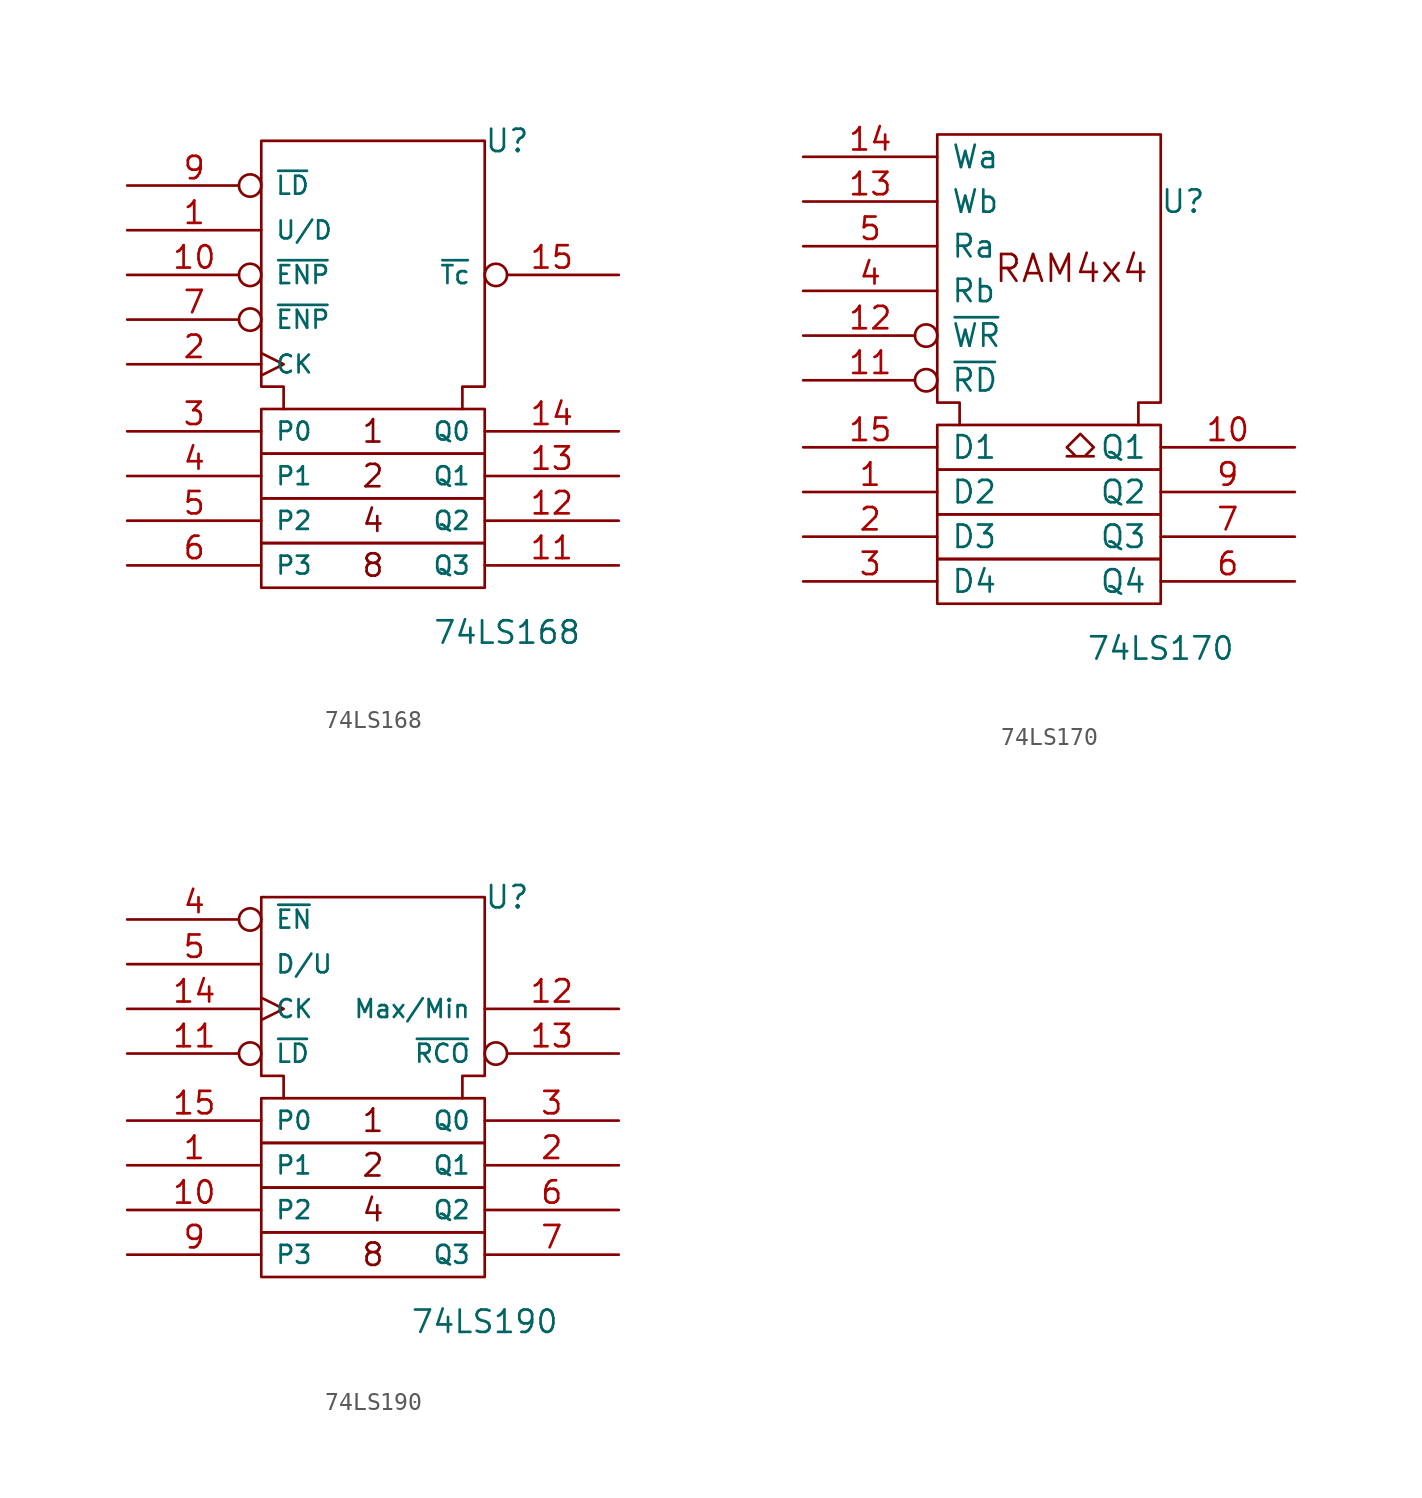
<source format=kicad_sym>
(kicad_symbol_lib
  (version 20201005)
  (generator kicad_symbol_editor)
  (symbol "74xx_IEEE:74LS168"
    (pin_names
      (offset 0.762))
    (property "Reference" "U"
      (at 7.62 13.97 0)
      (effects (font (size 1.27 1.27))))
    (property "Value" "74LS168"
      (at 7.62 -13.97 0)
      (effects (font (size 1.27 1.27))))
    (symbol "74LS168_0_0"
      (text "1" (at 0 -2.54 0) (effects (font (size 1.27 1.27))))
      (text "2" (at 0 -5.08 0) (effects (font (size 1.27 1.27))))
      (text "4" (at 0 -7.62 0) (effects (font (size 1.27 1.27))))
      (text "8" (at 0 -10.16 0) (effects (font (size 1.27 1.27))))
      (rectangle (start -6.35 -8.89) (end 6.35 -11.43) (stroke (width 0)) (fill (type none)))
      (rectangle (start -6.35 -6.35) (end 6.35 -8.89) (stroke (width 0)) (fill (type none)))
      (rectangle (start -6.35 -3.81) (end 6.35 -6.35) (stroke (width 0)) (fill (type none)))
      (rectangle (start -6.35 -1.27) (end 6.35 -3.81) (stroke (width 0)) (fill (type none)))
      (polyline (pts (xy -5.08 -1.27) (xy -5.08 0) (xy -6.35 0) (xy -6.35 13.97) (xy 6.35 13.97) (xy 6.35 0) (xy 5.08 0) (xy 5.08 -1.27) (xy 5.08 -1.27)) (stroke (width 0)) (fill (type none)))
      (pin power_in line (at 3.81 13.97 270) (length 0) hide (name "VCC" (effects (font (size 1.016 1.016)))) (number "16" (effects (font (size 1.27 1.27)))))
      (pin power_in line (at 1.27 13.97 270) (length 0) hide (name "GND" (effects (font (size 1.016 1.016)))) (number "8" (effects (font (size 1.27 1.27))))))
    (symbol "74LS168_1_1"
      (pin input line (at -13.97 8.89 0) (length 7.62) (name "U/D" (effects (font (size 1.016 1.016)))) (number "1" (effects (font (size 1.27 1.27)))))
      (pin input inverted (at -13.97 6.35 0) (length 7.62) (name "~ENP" (effects (font (size 1.016 1.016)))) (number "10" (effects (font (size 1.27 1.27)))))
      (pin output line (at 13.97 -10.16 180) (length 7.62) (name "Q3" (effects (font (size 1.016 1.016)))) (number "11" (effects (font (size 1.27 1.27)))))
      (pin output line (at 13.97 -7.62 180) (length 7.62) (name "Q2" (effects (font (size 1.016 1.016)))) (number "12" (effects (font (size 1.27 1.27)))))
      (pin output line (at 13.97 -5.08 180) (length 7.62) (name "Q1" (effects (font (size 1.016 1.016)))) (number "13" (effects (font (size 1.27 1.27)))))
      (pin output line (at 13.97 -2.54 180) (length 7.62) (name "Q0" (effects (font (size 1.016 1.016)))) (number "14" (effects (font (size 1.27 1.27)))))
      (pin output inverted (at 13.97 6.35 180) (length 7.62) (name "~Tc" (effects (font (size 1.016 1.016)))) (number "15" (effects (font (size 1.27 1.27)))))
      (pin input clock (at -13.97 1.27 0) (length 7.62) (name "CK" (effects (font (size 1.016 1.016)))) (number "2" (effects (font (size 1.27 1.27)))))
      (pin input line (at -13.97 -2.54 0) (length 7.62) (name "P0" (effects (font (size 1.016 1.016)))) (number "3" (effects (font (size 1.27 1.27)))))
      (pin input line (at -13.97 -5.08 0) (length 7.62) (name "P1" (effects (font (size 1.016 1.016)))) (number "4" (effects (font (size 1.27 1.27)))))
      (pin input line (at -13.97 -7.62 0) (length 7.62) (name "P2" (effects (font (size 1.016 1.016)))) (number "5" (effects (font (size 1.27 1.27)))))
      (pin input line (at -13.97 -10.16 0) (length 7.62) (name "P3" (effects (font (size 1.016 1.016)))) (number "6" (effects (font (size 1.27 1.27)))))
      (pin input inverted (at -13.97 3.81 0) (length 7.62) (name "~ENP" (effects (font (size 1.016 1.016)))) (number "7" (effects (font (size 1.27 1.27)))))
      (pin input inverted (at -13.97 11.43 0) (length 7.62) (name "~LD" (effects (font (size 1.016 1.016)))) (number "9" (effects (font (size 1.27 1.27)))))))
  (symbol "74xx_IEEE:74LS170"
    (pin_names
      (offset 0.762))
    (property "Reference" "U"
      (at 7.62 10.16 0)
      (effects (font (size 1.27 1.27))))
    (property "Value" "74LS170"
      (at 6.35 -15.24 0)
      (effects (font (size 1.27 1.27))))
    (symbol "74LS170_0_0"
      (text "RAM4x4" (at 1.27 6.35 0) (effects (font (size 1.524 1.524))))
      (rectangle (start -6.35 -10.16) (end 6.35 -12.7) (stroke (width 0)) (fill (type none)))
      (rectangle (start -6.35 -7.62) (end 6.35 -10.16) (stroke (width 0)) (fill (type none)))
      (rectangle (start -6.35 -5.08) (end 6.35 -7.62) (stroke (width 0)) (fill (type none)))
      (rectangle (start -6.35 -2.54) (end 6.35 -5.08) (stroke (width 0)) (fill (type none)))
      (polyline (pts (xy -5.08 -2.54) (xy -5.08 -1.27) (xy -6.35 -1.27) (xy -6.35 13.97) (xy 6.35 13.97) (xy 6.35 -1.27) (xy 5.08 -1.27) (xy 5.08 -2.54) (xy 5.08 -2.54)) (stroke (width 0)) (fill (type none)))
      (polyline (pts (xy 1.778 -3.048) (xy 2.54 -3.81) (xy 2.032 -4.318) (xy 2.54 -4.318) (xy 1.016 -4.318) (xy 1.524 -4.318) (xy 1.016 -3.81) (xy 1.778 -3.048) (xy 1.778 -3.048)) (stroke (width 0)) (fill (type none)))
      (pin power_in line (at 3.81 13.97 270) (length 0) hide (name "VCC" (effects (font (size 1.27 1.27)))) (number "16" (effects (font (size 1.27 1.27)))))
      (pin power_in line (at 0 13.97 270) (length 0) hide (name "GND" (effects (font (size 1.27 1.27)))) (number "8" (effects (font (size 1.27 1.27))))))
    (symbol "74LS170_1_1"
      (pin input line (at -13.97 -6.35 0) (length 7.62) (name "D2" (effects (font (size 1.27 1.27)))) (number "1" (effects (font (size 1.27 1.27)))))
      (pin tri_state line (at 13.97 -3.81 180) (length 7.62) (name "Q1" (effects (font (size 1.27 1.27)))) (number "10" (effects (font (size 1.27 1.27)))))
      (pin input inverted (at -13.97 0 0) (length 7.62) (name "~RD" (effects (font (size 1.27 1.27)))) (number "11" (effects (font (size 1.27 1.27)))))
      (pin input inverted (at -13.97 2.54 0) (length 7.62) (name "~WR" (effects (font (size 1.27 1.27)))) (number "12" (effects (font (size 1.27 1.27)))))
      (pin input line (at -13.97 10.16 0) (length 7.62) (name "Wb" (effects (font (size 1.27 1.27)))) (number "13" (effects (font (size 1.27 1.27)))))
      (pin input line (at -13.97 12.7 0) (length 7.62) (name "Wa" (effects (font (size 1.27 1.27)))) (number "14" (effects (font (size 1.27 1.27)))))
      (pin input line (at -13.97 -3.81 0) (length 7.62) (name "D1" (effects (font (size 1.27 1.27)))) (number "15" (effects (font (size 1.27 1.27)))))
      (pin input line (at -13.97 -8.89 0) (length 7.62) (name "D3" (effects (font (size 1.27 1.27)))) (number "2" (effects (font (size 1.27 1.27)))))
      (pin input line (at -13.97 -11.43 0) (length 7.62) (name "D4" (effects (font (size 1.27 1.27)))) (number "3" (effects (font (size 1.27 1.27)))))
      (pin input line (at -13.97 5.08 0) (length 7.62) (name "Rb" (effects (font (size 1.27 1.27)))) (number "4" (effects (font (size 1.27 1.27)))))
      (pin input line (at -13.97 7.62 0) (length 7.62) (name "Ra" (effects (font (size 1.27 1.27)))) (number "5" (effects (font (size 1.27 1.27)))))
      (pin tri_state line (at 13.97 -11.43 180) (length 7.62) (name "Q4" (effects (font (size 1.27 1.27)))) (number "6" (effects (font (size 1.27 1.27)))))
      (pin tri_state line (at 13.97 -8.89 180) (length 7.62) (name "Q3" (effects (font (size 1.27 1.27)))) (number "7" (effects (font (size 1.27 1.27)))))
      (pin tri_state line (at 13.97 -6.35 180) (length 7.62) (name "Q2" (effects (font (size 1.27 1.27)))) (number "9" (effects (font (size 1.27 1.27)))))))
  (symbol "74xx_IEEE:74LS190"
    (pin_names
      (offset 0.762))
    (property "Reference" "U"
      (at 7.62 11.43 0)
      (effects (font (size 1.27 1.27))))
    (property "Value" "74LS190"
      (at 6.35 -12.7 0)
      (effects (font (size 1.27 1.27))))
    (symbol "74LS190_0_0"
      (text "1" (at 0 -1.27 0) (effects (font (size 1.27 1.27))))
      (text "2" (at 0 -3.81 0) (effects (font (size 1.27 1.27))))
      (text "4" (at 0 -6.35 0) (effects (font (size 1.27 1.27))))
      (text "8" (at 0 -8.89 0) (effects (font (size 1.27 1.27))))
      (rectangle (start -6.35 -7.62) (end 6.35 -10.16) (stroke (width 0)) (fill (type none)))
      (rectangle (start -6.35 -5.08) (end 6.35 -7.62) (stroke (width 0)) (fill (type none)))
      (rectangle (start -6.35 -2.54) (end 6.35 -5.08) (stroke (width 0)) (fill (type none)))
      (rectangle (start -6.35 0) (end 6.35 -2.54) (stroke (width 0)) (fill (type none)))
      (polyline (pts (xy -5.08 0) (xy -5.08 1.27) (xy -6.35 1.27) (xy -6.35 11.43) (xy 6.35 11.43) (xy 6.35 1.27) (xy 5.08 1.27) (xy 5.08 0) (xy 5.08 0)) (stroke (width 0)) (fill (type none)))
      (pin power_in line (at 3.81 11.43 270) (length 0) hide (name "VCC" (effects (font (size 1.016 1.016)))) (number "16" (effects (font (size 1.27 1.27)))))
      (pin power_in line (at 1.27 11.43 270) (length 0) hide (name "GND" (effects (font (size 1.016 1.016)))) (number "8" (effects (font (size 1.27 1.27))))))
    (symbol "74LS190_1_1"
      (pin input line (at -13.97 -3.81 0) (length 7.62) (name "P1" (effects (font (size 1.016 1.016)))) (number "1" (effects (font (size 1.27 1.27)))))
      (pin input line (at -13.97 -6.35 0) (length 7.62) (name "P2" (effects (font (size 1.016 1.016)))) (number "10" (effects (font (size 1.27 1.27)))))
      (pin input inverted (at -13.97 2.54 0) (length 7.62) (name "~LD" (effects (font (size 1.016 1.016)))) (number "11" (effects (font (size 1.27 1.27)))))
      (pin output line (at 13.97 5.08 180) (length 7.62) (name "Max/Min" (effects (font (size 1.016 1.016)))) (number "12" (effects (font (size 1.27 1.27)))))
      (pin output inverted (at 13.97 2.54 180) (length 7.62) (name "~RCO" (effects (font (size 1.016 1.016)))) (number "13" (effects (font (size 1.27 1.27)))))
      (pin input clock (at -13.97 5.08 0) (length 7.62) (name "CK" (effects (font (size 1.016 1.016)))) (number "14" (effects (font (size 1.27 1.27)))))
      (pin input line (at -13.97 -1.27 0) (length 7.62) (name "P0" (effects (font (size 1.016 1.016)))) (number "15" (effects (font (size 1.27 1.27)))))
      (pin output line (at 13.97 -3.81 180) (length 7.62) (name "Q1" (effects (font (size 1.016 1.016)))) (number "2" (effects (font (size 1.27 1.27)))))
      (pin output line (at 13.97 -1.27 180) (length 7.62) (name "Q0" (effects (font (size 1.016 1.016)))) (number "3" (effects (font (size 1.27 1.27)))))
      (pin input inverted (at -13.97 10.16 0) (length 7.62) (name "~EN" (effects (font (size 1.016 1.016)))) (number "4" (effects (font (size 1.27 1.27)))))
      (pin input line (at -13.97 7.62 0) (length 7.62) (name "D/U" (effects (font (size 1.016 1.016)))) (number "5" (effects (font (size 1.27 1.27)))))
      (pin output line (at 13.97 -6.35 180) (length 7.62) (name "Q2" (effects (font (size 1.016 1.016)))) (number "6" (effects (font (size 1.27 1.27)))))
      (pin output line (at 13.97 -8.89 180) (length 7.62) (name "Q3" (effects (font (size 1.016 1.016)))) (number "7" (effects (font (size 1.27 1.27)))))
      (pin input line (at -13.97 -8.89 0) (length 7.62) (name "P3" (effects (font (size 1.016 1.016)))) (number "9" (effects (font (size 1.27 1.27))))))))
</source>
